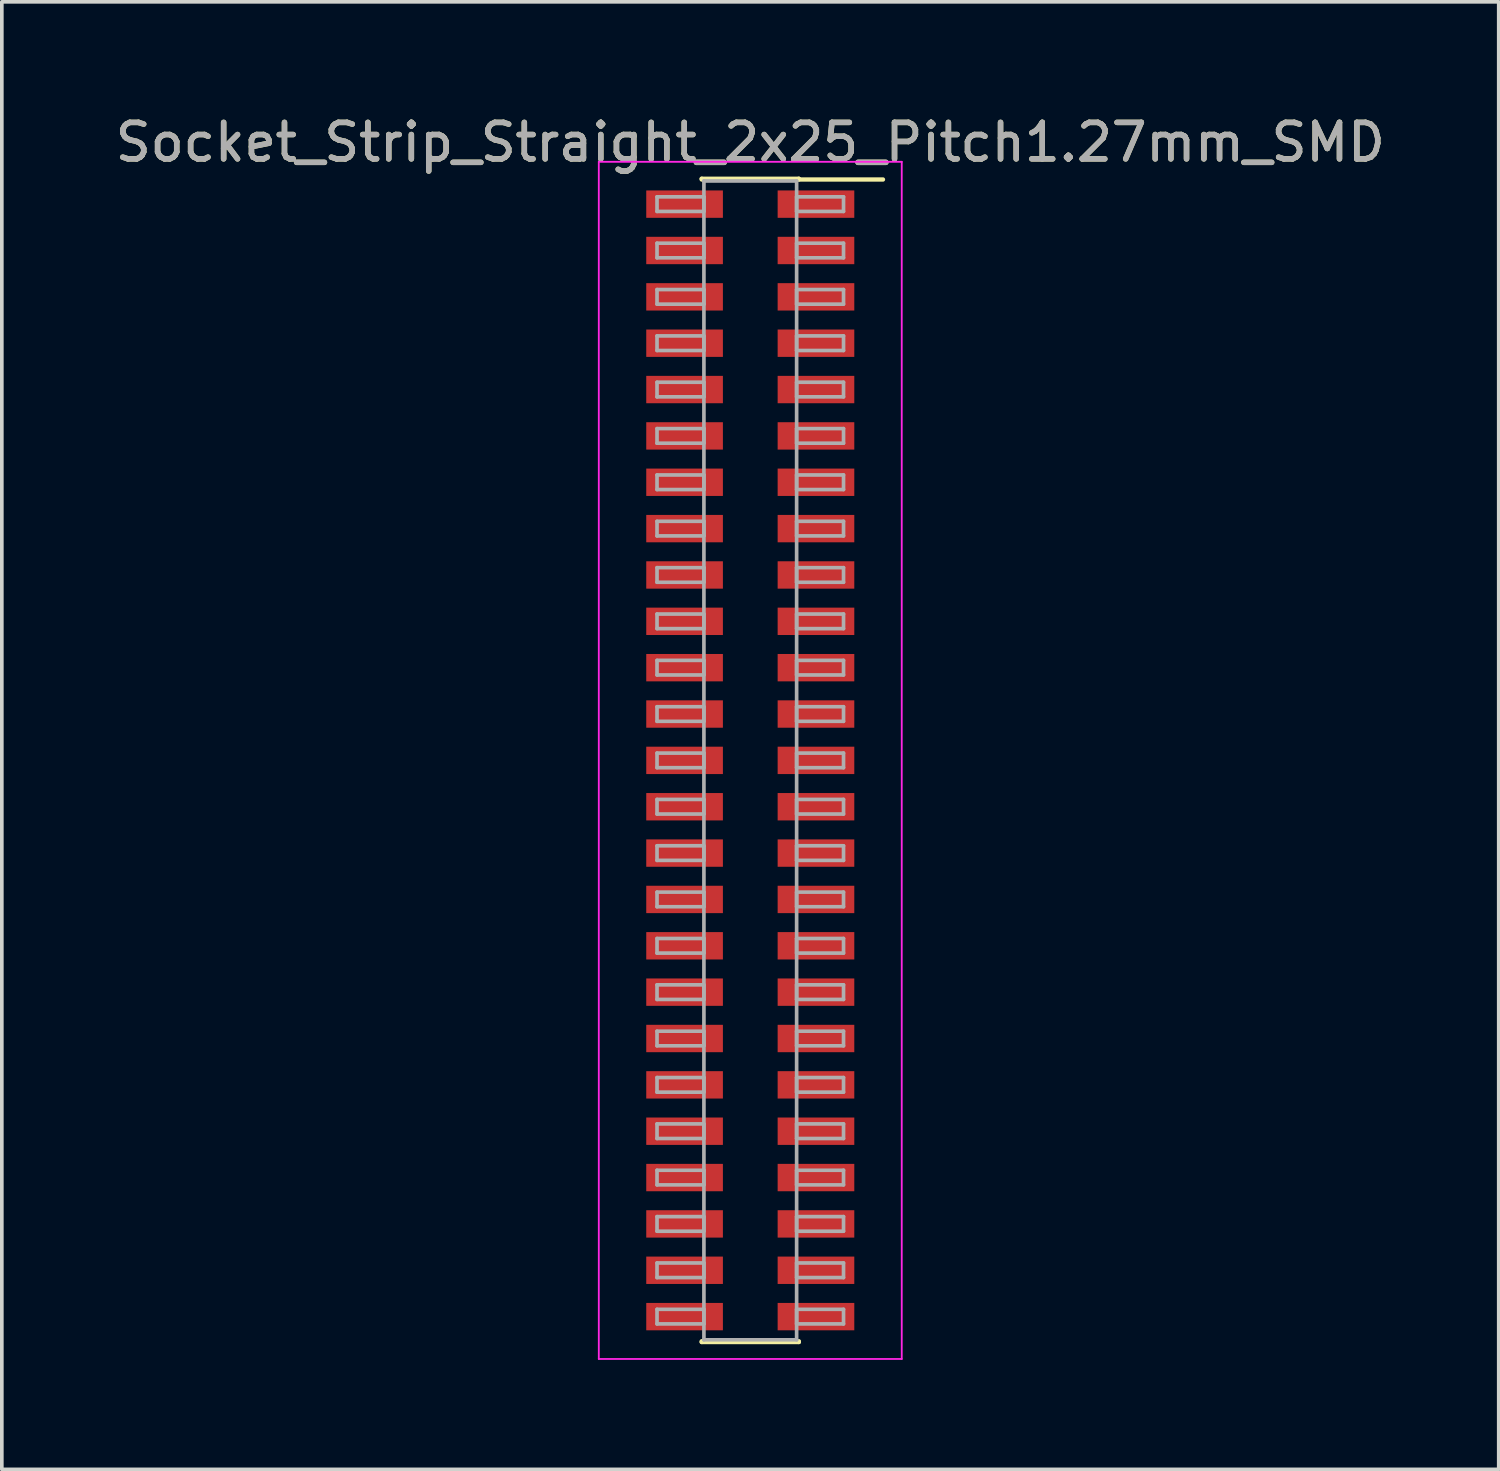
<source format=kicad_pcb>
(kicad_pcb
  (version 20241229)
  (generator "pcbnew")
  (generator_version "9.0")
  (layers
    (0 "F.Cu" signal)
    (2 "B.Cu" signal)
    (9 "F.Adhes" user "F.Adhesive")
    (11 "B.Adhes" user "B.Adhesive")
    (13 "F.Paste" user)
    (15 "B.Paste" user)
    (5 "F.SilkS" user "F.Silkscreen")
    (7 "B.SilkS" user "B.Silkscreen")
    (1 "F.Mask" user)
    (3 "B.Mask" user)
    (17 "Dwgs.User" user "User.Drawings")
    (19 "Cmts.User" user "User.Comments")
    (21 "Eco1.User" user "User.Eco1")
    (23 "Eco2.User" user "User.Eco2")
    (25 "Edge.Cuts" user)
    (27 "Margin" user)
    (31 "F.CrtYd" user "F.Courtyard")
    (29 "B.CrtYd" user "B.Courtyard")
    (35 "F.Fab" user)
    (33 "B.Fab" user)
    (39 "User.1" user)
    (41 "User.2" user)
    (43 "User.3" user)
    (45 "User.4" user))
  (footprint "Socket_Strip_Straight_2x25_Pitch1.27mm_SMD"
    (layer "F.Cu")
    (at 17.506 17.783)
    (property "Reference" "Socket_Strip_Straight_2x25_Pitch1.27mm_SMD" (at 0 -16.935 0) (layer "F.SilkS") (effects (font (size 1 1) (thickness 0.15))))
    (attr smd)
    (fp_line (start -1.33 -15.935) (end 1.33 -15.935) (stroke (width 0.12) (type solid)) (layer "F.SilkS"))
    (fp_line (start -1.33 -15.915) (end -1.33 -15.935) (stroke (width 0.12) (type solid)) (layer "F.SilkS"))
    (fp_line (start -1.33 15.915) (end -1.33 15.935) (stroke (width 0.12) (type solid)) (layer "F.SilkS"))
    (fp_line (start -1.33 15.935) (end 1.33 15.935) (stroke (width 0.12) (type solid)) (layer "F.SilkS"))
    (fp_line (start 1.33 -15.935) (end 1.33 -15.915) (stroke (width 0.12) (type solid)) (layer "F.SilkS"))
    (fp_line (start 1.33 15.935) (end 1.33 15.915) (stroke (width 0.12) (type solid)) (layer "F.SilkS"))
    (fp_line (start 3.635 -15.915) (end 1.33 -15.915) (stroke (width 0.12) (type solid)) (layer "F.SilkS"))
    (fp_line (start -4.15 -16.4) (end -4.15 16.4) (stroke (width 0.05) (type solid)) (layer "F.CrtYd"))
    (fp_line (start -4.15 16.4) (end 4.15 16.4) (stroke (width 0.05) (type solid)) (layer "F.CrtYd"))
    (fp_line (start 4.15 -16.4) (end -4.15 -16.4) (stroke (width 0.05) (type solid)) (layer "F.CrtYd"))
    (fp_line (start 4.15 16.4) (end 4.15 -16.4) (stroke (width 0.05) (type solid)) (layer "F.CrtYd"))
    (fp_line (start -2.555 -15.44) (end -1.27 -15.44) (stroke (width 0.1) (type solid)) (layer "F.Fab"))
    (fp_line (start -2.555 -15.04) (end -2.555 -15.44) (stroke (width 0.1) (type solid)) (layer "F.Fab"))
    (fp_line (start -2.555 -14.17) (end -1.27 -14.17) (stroke (width 0.1) (type solid)) (layer "F.Fab"))
    (fp_line (start -2.555 -13.77) (end -2.555 -14.17) (stroke (width 0.1) (type solid)) (layer "F.Fab"))
    (fp_line (start -2.555 -12.9) (end -1.27 -12.9) (stroke (width 0.1) (type solid)) (layer "F.Fab"))
    (fp_line (start -2.555 -12.5) (end -2.555 -12.9) (stroke (width 0.1) (type solid)) (layer "F.Fab"))
    (fp_line (start -2.555 -11.63) (end -1.27 -11.63) (stroke (width 0.1) (type solid)) (layer "F.Fab"))
    (fp_line (start -2.555 -11.23) (end -2.555 -11.63) (stroke (width 0.1) (type solid)) (layer "F.Fab"))
    (fp_line (start -2.555 -10.36) (end -1.27 -10.36) (stroke (width 0.1) (type solid)) (layer "F.Fab"))
    (fp_line (start -2.555 -9.96) (end -2.555 -10.36) (stroke (width 0.1) (type solid)) (layer "F.Fab"))
    (fp_line (start -2.555 -9.09) (end -1.27 -9.09) (stroke (width 0.1) (type solid)) (layer "F.Fab"))
    (fp_line (start -2.555 -8.69) (end -2.555 -9.09) (stroke (width 0.1) (type solid)) (layer "F.Fab"))
    (fp_line (start -2.555 -7.82) (end -1.27 -7.82) (stroke (width 0.1) (type solid)) (layer "F.Fab"))
    (fp_line (start -2.555 -7.42) (end -2.555 -7.82) (stroke (width 0.1) (type solid)) (layer "F.Fab"))
    (fp_line (start -2.555 -6.55) (end -1.27 -6.55) (stroke (width 0.1) (type solid)) (layer "F.Fab"))
    (fp_line (start -2.555 -6.15) (end -2.555 -6.55) (stroke (width 0.1) (type solid)) (layer "F.Fab"))
    (fp_line (start -2.555 -5.28) (end -1.27 -5.28) (stroke (width 0.1) (type solid)) (layer "F.Fab"))
    (fp_line (start -2.555 -4.88) (end -2.555 -5.28) (stroke (width 0.1) (type solid)) (layer "F.Fab"))
    (fp_line (start -2.555 -4.01) (end -1.27 -4.01) (stroke (width 0.1) (type solid)) (layer "F.Fab"))
    (fp_line (start -2.555 -3.61) (end -2.555 -4.01) (stroke (width 0.1) (type solid)) (layer "F.Fab"))
    (fp_line (start -2.555 -2.74) (end -1.27 -2.74) (stroke (width 0.1) (type solid)) (layer "F.Fab"))
    (fp_line (start -2.555 -2.34) (end -2.555 -2.74) (stroke (width 0.1) (type solid)) (layer "F.Fab"))
    (fp_line (start -2.555 -1.47) (end -1.27 -1.47) (stroke (width 0.1) (type solid)) (layer "F.Fab"))
    (fp_line (start -2.555 -1.07) (end -2.555 -1.47) (stroke (width 0.1) (type solid)) (layer "F.Fab"))
    (fp_line (start -2.555 -0.2) (end -1.27 -0.2) (stroke (width 0.1) (type solid)) (layer "F.Fab"))
    (fp_line (start -2.555 0.2) (end -2.555 -0.2) (stroke (width 0.1) (type solid)) (layer "F.Fab"))
    (fp_line (start -2.555 1.07) (end -1.27 1.07) (stroke (width 0.1) (type solid)) (layer "F.Fab"))
    (fp_line (start -2.555 1.47) (end -2.555 1.07) (stroke (width 0.1) (type solid)) (layer "F.Fab"))
    (fp_line (start -2.555 2.34) (end -1.27 2.34) (stroke (width 0.1) (type solid)) (layer "F.Fab"))
    (fp_line (start -2.555 2.74) (end -2.555 2.34) (stroke (width 0.1) (type solid)) (layer "F.Fab"))
    (fp_line (start -2.555 3.61) (end -1.27 3.61) (stroke (width 0.1) (type solid)) (layer "F.Fab"))
    (fp_line (start -2.555 4.01) (end -2.555 3.61) (stroke (width 0.1) (type solid)) (layer "F.Fab"))
    (fp_line (start -2.555 4.88) (end -1.27 4.88) (stroke (width 0.1) (type solid)) (layer "F.Fab"))
    (fp_line (start -2.555 5.28) (end -2.555 4.88) (stroke (width 0.1) (type solid)) (layer "F.Fab"))
    (fp_line (start -2.555 6.15) (end -1.27 6.15) (stroke (width 0.1) (type solid)) (layer "F.Fab"))
    (fp_line (start -2.555 6.55) (end -2.555 6.15) (stroke (width 0.1) (type solid)) (layer "F.Fab"))
    (fp_line (start -2.555 7.42) (end -1.27 7.42) (stroke (width 0.1) (type solid)) (layer "F.Fab"))
    (fp_line (start -2.555 7.82) (end -2.555 7.42) (stroke (width 0.1) (type solid)) (layer "F.Fab"))
    (fp_line (start -2.555 8.69) (end -1.27 8.69) (stroke (width 0.1) (type solid)) (layer "F.Fab"))
    (fp_line (start -2.555 9.09) (end -2.555 8.69) (stroke (width 0.1) (type solid)) (layer "F.Fab"))
    (fp_line (start -2.555 9.96) (end -1.27 9.96) (stroke (width 0.1) (type solid)) (layer "F.Fab"))
    (fp_line (start -2.555 10.36) (end -2.555 9.96) (stroke (width 0.1) (type solid)) (layer "F.Fab"))
    (fp_line (start -2.555 11.23) (end -1.27 11.23) (stroke (width 0.1) (type solid)) (layer "F.Fab"))
    (fp_line (start -2.555 11.63) (end -2.555 11.23) (stroke (width 0.1) (type solid)) (layer "F.Fab"))
    (fp_line (start -2.555 12.5) (end -1.27 12.5) (stroke (width 0.1) (type solid)) (layer "F.Fab"))
    (fp_line (start -2.555 12.9) (end -2.555 12.5) (stroke (width 0.1) (type solid)) (layer "F.Fab"))
    (fp_line (start -2.555 13.77) (end -1.27 13.77) (stroke (width 0.1) (type solid)) (layer "F.Fab"))
    (fp_line (start -2.555 14.17) (end -2.555 13.77) (stroke (width 0.1) (type solid)) (layer "F.Fab"))
    (fp_line (start -2.555 15.04) (end -1.27 15.04) (stroke (width 0.1) (type solid)) (layer "F.Fab"))
    (fp_line (start -2.555 15.44) (end -2.555 15.04) (stroke (width 0.1) (type solid)) (layer "F.Fab"))
    (fp_line (start -1.27 -15.875) (end -1.27 15.875) (stroke (width 0.1) (type solid)) (layer "F.Fab"))
    (fp_line (start -1.27 -15.44) (end -1.27 -15.04) (stroke (width 0.1) (type solid)) (layer "F.Fab"))
    (fp_line (start -1.27 -15.04) (end -2.555 -15.04) (stroke (width 0.1) (type solid)) (layer "F.Fab"))
    (fp_line (start -1.27 -14.17) (end -1.27 -13.77) (stroke (width 0.1) (type solid)) (layer "F.Fab"))
    (fp_line (start -1.27 -13.77) (end -2.555 -13.77) (stroke (width 0.1) (type solid)) (layer "F.Fab"))
    (fp_line (start -1.27 -12.9) (end -1.27 -12.5) (stroke (width 0.1) (type solid)) (layer "F.Fab"))
    (fp_line (start -1.27 -12.5) (end -2.555 -12.5) (stroke (width 0.1) (type solid)) (layer "F.Fab"))
    (fp_line (start -1.27 -11.63) (end -1.27 -11.23) (stroke (width 0.1) (type solid)) (layer "F.Fab"))
    (fp_line (start -1.27 -11.23) (end -2.555 -11.23) (stroke (width 0.1) (type solid)) (layer "F.Fab"))
    (fp_line (start -1.27 -10.36) (end -1.27 -9.96) (stroke (width 0.1) (type solid)) (layer "F.Fab"))
    (fp_line (start -1.27 -9.96) (end -2.555 -9.96) (stroke (width 0.1) (type solid)) (layer "F.Fab"))
    (fp_line (start -1.27 -9.09) (end -1.27 -8.69) (stroke (width 0.1) (type solid)) (layer "F.Fab"))
    (fp_line (start -1.27 -8.69) (end -2.555 -8.69) (stroke (width 0.1) (type solid)) (layer "F.Fab"))
    (fp_line (start -1.27 -7.82) (end -1.27 -7.42) (stroke (width 0.1) (type solid)) (layer "F.Fab"))
    (fp_line (start -1.27 -7.42) (end -2.555 -7.42) (stroke (width 0.1) (type solid)) (layer "F.Fab"))
    (fp_line (start -1.27 -6.55) (end -1.27 -6.15) (stroke (width 0.1) (type solid)) (layer "F.Fab"))
    (fp_line (start -1.27 -6.15) (end -2.555 -6.15) (stroke (width 0.1) (type solid)) (layer "F.Fab"))
    (fp_line (start -1.27 -5.28) (end -1.27 -4.88) (stroke (width 0.1) (type solid)) (layer "F.Fab"))
    (fp_line (start -1.27 -4.88) (end -2.555 -4.88) (stroke (width 0.1) (type solid)) (layer "F.Fab"))
    (fp_line (start -1.27 -4.01) (end -1.27 -3.61) (stroke (width 0.1) (type solid)) (layer "F.Fab"))
    (fp_line (start -1.27 -3.61) (end -2.555 -3.61) (stroke (width 0.1) (type solid)) (layer "F.Fab"))
    (fp_line (start -1.27 -2.74) (end -1.27 -2.34) (stroke (width 0.1) (type solid)) (layer "F.Fab"))
    (fp_line (start -1.27 -2.34) (end -2.555 -2.34) (stroke (width 0.1) (type solid)) (layer "F.Fab"))
    (fp_line (start -1.27 -1.47) (end -1.27 -1.07) (stroke (width 0.1) (type solid)) (layer "F.Fab"))
    (fp_line (start -1.27 -1.07) (end -2.555 -1.07) (stroke (width 0.1) (type solid)) (layer "F.Fab"))
    (fp_line (start -1.27 -0.2) (end -1.27 0.2) (stroke (width 0.1) (type solid)) (layer "F.Fab"))
    (fp_line (start -1.27 0.2) (end -2.555 0.2) (stroke (width 0.1) (type solid)) (layer "F.Fab"))
    (fp_line (start -1.27 1.07) (end -1.27 1.47) (stroke (width 0.1) (type solid)) (layer "F.Fab"))
    (fp_line (start -1.27 1.47) (end -2.555 1.47) (stroke (width 0.1) (type solid)) (layer "F.Fab"))
    (fp_line (start -1.27 2.34) (end -1.27 2.74) (stroke (width 0.1) (type solid)) (layer "F.Fab"))
    (fp_line (start -1.27 2.74) (end -2.555 2.74) (stroke (width 0.1) (type solid)) (layer "F.Fab"))
    (fp_line (start -1.27 3.61) (end -1.27 4.01) (stroke (width 0.1) (type solid)) (layer "F.Fab"))
    (fp_line (start -1.27 4.01) (end -2.555 4.01) (stroke (width 0.1) (type solid)) (layer "F.Fab"))
    (fp_line (start -1.27 4.88) (end -1.27 5.28) (stroke (width 0.1) (type solid)) (layer "F.Fab"))
    (fp_line (start -1.27 5.28) (end -2.555 5.28) (stroke (width 0.1) (type solid)) (layer "F.Fab"))
    (fp_line (start -1.27 6.15) (end -1.27 6.55) (stroke (width 0.1) (type solid)) (layer "F.Fab"))
    (fp_line (start -1.27 6.55) (end -2.555 6.55) (stroke (width 0.1) (type solid)) (layer "F.Fab"))
    (fp_line (start -1.27 7.42) (end -1.27 7.82) (stroke (width 0.1) (type solid)) (layer "F.Fab"))
    (fp_line (start -1.27 7.82) (end -2.555 7.82) (stroke (width 0.1) (type solid)) (layer "F.Fab"))
    (fp_line (start -1.27 8.69) (end -1.27 9.09) (stroke (width 0.1) (type solid)) (layer "F.Fab"))
    (fp_line (start -1.27 9.09) (end -2.555 9.09) (stroke (width 0.1) (type solid)) (layer "F.Fab"))
    (fp_line (start -1.27 9.96) (end -1.27 10.36) (stroke (width 0.1) (type solid)) (layer "F.Fab"))
    (fp_line (start -1.27 10.36) (end -2.555 10.36) (stroke (width 0.1) (type solid)) (layer "F.Fab"))
    (fp_line (start -1.27 11.23) (end -1.27 11.63) (stroke (width 0.1) (type solid)) (layer "F.Fab"))
    (fp_line (start -1.27 11.63) (end -2.555 11.63) (stroke (width 0.1) (type solid)) (layer "F.Fab"))
    (fp_line (start -1.27 12.5) (end -1.27 12.9) (stroke (width 0.1) (type solid)) (layer "F.Fab"))
    (fp_line (start -1.27 12.9) (end -2.555 12.9) (stroke (width 0.1) (type solid)) (layer "F.Fab"))
    (fp_line (start -1.27 13.77) (end -1.27 14.17) (stroke (width 0.1) (type solid)) (layer "F.Fab"))
    (fp_line (start -1.27 14.17) (end -2.555 14.17) (stroke (width 0.1) (type solid)) (layer "F.Fab"))
    (fp_line (start -1.27 15.04) (end -1.27 15.44) (stroke (width 0.1) (type solid)) (layer "F.Fab"))
    (fp_line (start -1.27 15.44) (end -2.555 15.44) (stroke (width 0.1) (type solid)) (layer "F.Fab"))
    (fp_line (start -1.27 15.875) (end 1.27 15.875) (stroke (width 0.1) (type solid)) (layer "F.Fab"))
    (fp_line (start 1.27 -15.875) (end -1.27 -15.875) (stroke (width 0.1) (type solid)) (layer "F.Fab"))
    (fp_line (start 1.27 -15.44) (end 1.27 -15.04) (stroke (width 0.1) (type solid)) (layer "F.Fab"))
    (fp_line (start 1.27 -15.04) (end 2.555 -15.04) (stroke (width 0.1) (type solid)) (layer "F.Fab"))
    (fp_line (start 1.27 -14.17) (end 1.27 -13.77) (stroke (width 0.1) (type solid)) (layer "F.Fab"))
    (fp_line (start 1.27 -13.77) (end 2.555 -13.77) (stroke (width 0.1) (type solid)) (layer "F.Fab"))
    (fp_line (start 1.27 -12.9) (end 1.27 -12.5) (stroke (width 0.1) (type solid)) (layer "F.Fab"))
    (fp_line (start 1.27 -12.5) (end 2.555 -12.5) (stroke (width 0.1) (type solid)) (layer "F.Fab"))
    (fp_line (start 1.27 -11.63) (end 1.27 -11.23) (stroke (width 0.1) (type solid)) (layer "F.Fab"))
    (fp_line (start 1.27 -11.23) (end 2.555 -11.23) (stroke (width 0.1) (type solid)) (layer "F.Fab"))
    (fp_line (start 1.27 -10.36) (end 1.27 -9.96) (stroke (width 0.1) (type solid)) (layer "F.Fab"))
    (fp_line (start 1.27 -9.96) (end 2.555 -9.96) (stroke (width 0.1) (type solid)) (layer "F.Fab"))
    (fp_line (start 1.27 -9.09) (end 1.27 -8.69) (stroke (width 0.1) (type solid)) (layer "F.Fab"))
    (fp_line (start 1.27 -8.69) (end 2.555 -8.69) (stroke (width 0.1) (type solid)) (layer "F.Fab"))
    (fp_line (start 1.27 -7.82) (end 1.27 -7.42) (stroke (width 0.1) (type solid)) (layer "F.Fab"))
    (fp_line (start 1.27 -7.42) (end 2.555 -7.42) (stroke (width 0.1) (type solid)) (layer "F.Fab"))
    (fp_line (start 1.27 -6.55) (end 1.27 -6.15) (stroke (width 0.1) (type solid)) (layer "F.Fab"))
    (fp_line (start 1.27 -6.15) (end 2.555 -6.15) (stroke (width 0.1) (type solid)) (layer "F.Fab"))
    (fp_line (start 1.27 -5.28) (end 1.27 -4.88) (stroke (width 0.1) (type solid)) (layer "F.Fab"))
    (fp_line (start 1.27 -4.88) (end 2.555 -4.88) (stroke (width 0.1) (type solid)) (layer "F.Fab"))
    (fp_line (start 1.27 -4.01) (end 1.27 -3.61) (stroke (width 0.1) (type solid)) (layer "F.Fab"))
    (fp_line (start 1.27 -3.61) (end 2.555 -3.61) (stroke (width 0.1) (type solid)) (layer "F.Fab"))
    (fp_line (start 1.27 -2.74) (end 1.27 -2.34) (stroke (width 0.1) (type solid)) (layer "F.Fab"))
    (fp_line (start 1.27 -2.34) (end 2.555 -2.34) (stroke (width 0.1) (type solid)) (layer "F.Fab"))
    (fp_line (start 1.27 -1.47) (end 1.27 -1.07) (stroke (width 0.1) (type solid)) (layer "F.Fab"))
    (fp_line (start 1.27 -1.07) (end 2.555 -1.07) (stroke (width 0.1) (type solid)) (layer "F.Fab"))
    (fp_line (start 1.27 -0.2) (end 1.27 0.2) (stroke (width 0.1) (type solid)) (layer "F.Fab"))
    (fp_line (start 1.27 0.2) (end 2.555 0.2) (stroke (width 0.1) (type solid)) (layer "F.Fab"))
    (fp_line (start 1.27 1.07) (end 1.27 1.47) (stroke (width 0.1) (type solid)) (layer "F.Fab"))
    (fp_line (start 1.27 1.47) (end 2.555 1.47) (stroke (width 0.1) (type solid)) (layer "F.Fab"))
    (fp_line (start 1.27 2.34) (end 1.27 2.74) (stroke (width 0.1) (type solid)) (layer "F.Fab"))
    (fp_line (start 1.27 2.74) (end 2.555 2.74) (stroke (width 0.1) (type solid)) (layer "F.Fab"))
    (fp_line (start 1.27 3.61) (end 1.27 4.01) (stroke (width 0.1) (type solid)) (layer "F.Fab"))
    (fp_line (start 1.27 4.01) (end 2.555 4.01) (stroke (width 0.1) (type solid)) (layer "F.Fab"))
    (fp_line (start 1.27 4.88) (end 1.27 5.28) (stroke (width 0.1) (type solid)) (layer "F.Fab"))
    (fp_line (start 1.27 5.28) (end 2.555 5.28) (stroke (width 0.1) (type solid)) (layer "F.Fab"))
    (fp_line (start 1.27 6.15) (end 1.27 6.55) (stroke (width 0.1) (type solid)) (layer "F.Fab"))
    (fp_line (start 1.27 6.55) (end 2.555 6.55) (stroke (width 0.1) (type solid)) (layer "F.Fab"))
    (fp_line (start 1.27 7.42) (end 1.27 7.82) (stroke (width 0.1) (type solid)) (layer "F.Fab"))
    (fp_line (start 1.27 7.82) (end 2.555 7.82) (stroke (width 0.1) (type solid)) (layer "F.Fab"))
    (fp_line (start 1.27 8.69) (end 1.27 9.09) (stroke (width 0.1) (type solid)) (layer "F.Fab"))
    (fp_line (start 1.27 9.09) (end 2.555 9.09) (stroke (width 0.1) (type solid)) (layer "F.Fab"))
    (fp_line (start 1.27 9.96) (end 1.27 10.36) (stroke (width 0.1) (type solid)) (layer "F.Fab"))
    (fp_line (start 1.27 10.36) (end 2.555 10.36) (stroke (width 0.1) (type solid)) (layer "F.Fab"))
    (fp_line (start 1.27 11.23) (end 1.27 11.63) (stroke (width 0.1) (type solid)) (layer "F.Fab"))
    (fp_line (start 1.27 11.63) (end 2.555 11.63) (stroke (width 0.1) (type solid)) (layer "F.Fab"))
    (fp_line (start 1.27 12.5) (end 1.27 12.9) (stroke (width 0.1) (type solid)) (layer "F.Fab"))
    (fp_line (start 1.27 12.9) (end 2.555 12.9) (stroke (width 0.1) (type solid)) (layer "F.Fab"))
    (fp_line (start 1.27 13.77) (end 1.27 14.17) (stroke (width 0.1) (type solid)) (layer "F.Fab"))
    (fp_line (start 1.27 14.17) (end 2.555 14.17) (stroke (width 0.1) (type solid)) (layer "F.Fab"))
    (fp_line (start 1.27 15.04) (end 1.27 15.44) (stroke (width 0.1) (type solid)) (layer "F.Fab"))
    (fp_line (start 1.27 15.44) (end 2.555 15.44) (stroke (width 0.1) (type solid)) (layer "F.Fab"))
    (fp_line (start 1.27 15.875) (end 1.27 -15.875) (stroke (width 0.1) (type solid)) (layer "F.Fab"))
    (fp_line (start 2.555 -15.44) (end 1.27 -15.44) (stroke (width 0.1) (type solid)) (layer "F.Fab"))
    (fp_line (start 2.555 -15.04) (end 2.555 -15.44) (stroke (width 0.1) (type solid)) (layer "F.Fab"))
    (fp_line (start 2.555 -14.17) (end 1.27 -14.17) (stroke (width 0.1) (type solid)) (layer "F.Fab"))
    (fp_line (start 2.555 -13.77) (end 2.555 -14.17) (stroke (width 0.1) (type solid)) (layer "F.Fab"))
    (fp_line (start 2.555 -12.9) (end 1.27 -12.9) (stroke (width 0.1) (type solid)) (layer "F.Fab"))
    (fp_line (start 2.555 -12.5) (end 2.555 -12.9) (stroke (width 0.1) (type solid)) (layer "F.Fab"))
    (fp_line (start 2.555 -11.63) (end 1.27 -11.63) (stroke (width 0.1) (type solid)) (layer "F.Fab"))
    (fp_line (start 2.555 -11.23) (end 2.555 -11.63) (stroke (width 0.1) (type solid)) (layer "F.Fab"))
    (fp_line (start 2.555 -10.36) (end 1.27 -10.36) (stroke (width 0.1) (type solid)) (layer "F.Fab"))
    (fp_line (start 2.555 -9.96) (end 2.555 -10.36) (stroke (width 0.1) (type solid)) (layer "F.Fab"))
    (fp_line (start 2.555 -9.09) (end 1.27 -9.09) (stroke (width 0.1) (type solid)) (layer "F.Fab"))
    (fp_line (start 2.555 -8.69) (end 2.555 -9.09) (stroke (width 0.1) (type solid)) (layer "F.Fab"))
    (fp_line (start 2.555 -7.82) (end 1.27 -7.82) (stroke (width 0.1) (type solid)) (layer "F.Fab"))
    (fp_line (start 2.555 -7.42) (end 2.555 -7.82) (stroke (width 0.1) (type solid)) (layer "F.Fab"))
    (fp_line (start 2.555 -6.55) (end 1.27 -6.55) (stroke (width 0.1) (type solid)) (layer "F.Fab"))
    (fp_line (start 2.555 -6.15) (end 2.555 -6.55) (stroke (width 0.1) (type solid)) (layer "F.Fab"))
    (fp_line (start 2.555 -5.28) (end 1.27 -5.28) (stroke (width 0.1) (type solid)) (layer "F.Fab"))
    (fp_line (start 2.555 -4.88) (end 2.555 -5.28) (stroke (width 0.1) (type solid)) (layer "F.Fab"))
    (fp_line (start 2.555 -4.01) (end 1.27 -4.01) (stroke (width 0.1) (type solid)) (layer "F.Fab"))
    (fp_line (start 2.555 -3.61) (end 2.555 -4.01) (stroke (width 0.1) (type solid)) (layer "F.Fab"))
    (fp_line (start 2.555 -2.74) (end 1.27 -2.74) (stroke (width 0.1) (type solid)) (layer "F.Fab"))
    (fp_line (start 2.555 -2.34) (end 2.555 -2.74) (stroke (width 0.1) (type solid)) (layer "F.Fab"))
    (fp_line (start 2.555 -1.47) (end 1.27 -1.47) (stroke (width 0.1) (type solid)) (layer "F.Fab"))
    (fp_line (start 2.555 -1.07) (end 2.555 -1.47) (stroke (width 0.1) (type solid)) (layer "F.Fab"))
    (fp_line (start 2.555 -0.2) (end 1.27 -0.2) (stroke (width 0.1) (type solid)) (layer "F.Fab"))
    (fp_line (start 2.555 0.2) (end 2.555 -0.2) (stroke (width 0.1) (type solid)) (layer "F.Fab"))
    (fp_line (start 2.555 1.07) (end 1.27 1.07) (stroke (width 0.1) (type solid)) (layer "F.Fab"))
    (fp_line (start 2.555 1.47) (end 2.555 1.07) (stroke (width 0.1) (type solid)) (layer "F.Fab"))
    (fp_line (start 2.555 2.34) (end 1.27 2.34) (stroke (width 0.1) (type solid)) (layer "F.Fab"))
    (fp_line (start 2.555 2.74) (end 2.555 2.34) (stroke (width 0.1) (type solid)) (layer "F.Fab"))
    (fp_line (start 2.555 3.61) (end 1.27 3.61) (stroke (width 0.1) (type solid)) (layer "F.Fab"))
    (fp_line (start 2.555 4.01) (end 2.555 3.61) (stroke (width 0.1) (type solid)) (layer "F.Fab"))
    (fp_line (start 2.555 4.88) (end 1.27 4.88) (stroke (width 0.1) (type solid)) (layer "F.Fab"))
    (fp_line (start 2.555 5.28) (end 2.555 4.88) (stroke (width 0.1) (type solid)) (layer "F.Fab"))
    (fp_line (start 2.555 6.15) (end 1.27 6.15) (stroke (width 0.1) (type solid)) (layer "F.Fab"))
    (fp_line (start 2.555 6.55) (end 2.555 6.15) (stroke (width 0.1) (type solid)) (layer "F.Fab"))
    (fp_line (start 2.555 7.42) (end 1.27 7.42) (stroke (width 0.1) (type solid)) (layer "F.Fab"))
    (fp_line (start 2.555 7.82) (end 2.555 7.42) (stroke (width 0.1) (type solid)) (layer "F.Fab"))
    (fp_line (start 2.555 8.69) (end 1.27 8.69) (stroke (width 0.1) (type solid)) (layer "F.Fab"))
    (fp_line (start 2.555 9.09) (end 2.555 8.69) (stroke (width 0.1) (type solid)) (layer "F.Fab"))
    (fp_line (start 2.555 9.96) (end 1.27 9.96) (stroke (width 0.1) (type solid)) (layer "F.Fab"))
    (fp_line (start 2.555 10.36) (end 2.555 9.96) (stroke (width 0.1) (type solid)) (layer "F.Fab"))
    (fp_line (start 2.555 11.23) (end 1.27 11.23) (stroke (width 0.1) (type solid)) (layer "F.Fab"))
    (fp_line (start 2.555 11.63) (end 2.555 11.23) (stroke (width 0.1) (type solid)) (layer "F.Fab"))
    (fp_line (start 2.555 12.5) (end 1.27 12.5) (stroke (width 0.1) (type solid)) (layer "F.Fab"))
    (fp_line (start 2.555 12.9) (end 2.555 12.5) (stroke (width 0.1) (type solid)) (layer "F.Fab"))
    (fp_line (start 2.555 13.77) (end 1.27 13.77) (stroke (width 0.1) (type solid)) (layer "F.Fab"))
    (fp_line (start 2.555 14.17) (end 2.555 13.77) (stroke (width 0.1) (type solid)) (layer "F.Fab"))
    (fp_line (start 2.555 15.04) (end 1.27 15.04) (stroke (width 0.1) (type solid)) (layer "F.Fab"))
    (fp_line (start 2.555 15.44) (end 2.555 15.04) (stroke (width 0.1) (type solid)) (layer "F.Fab"))
    (fp_text user "${REFERENCE}" (at 0 -16.935 0) (layer "F.Fab") (effects (font (size 1 1) (thickness 0.15))))
    (pad "1" smd rect (at 1.8 -15.24) (size 2.1 0.75) (layers "F.Cu" "F.Mask" "F.Paste"))
    (pad "2" smd rect (at -1.8 -15.24) (size 2.1 0.75) (layers "F.Cu" "F.Mask" "F.Paste"))
    (pad "3" smd rect (at 1.8 -13.97) (size 2.1 0.75) (layers "F.Cu" "F.Mask" "F.Paste"))
    (pad "4" smd rect (at -1.8 -13.97) (size 2.1 0.75) (layers "F.Cu" "F.Mask" "F.Paste"))
    (pad "5" smd rect (at 1.8 -12.7) (size 2.1 0.75) (layers "F.Cu" "F.Mask" "F.Paste"))
    (pad "6" smd rect (at -1.8 -12.7) (size 2.1 0.75) (layers "F.Cu" "F.Mask" "F.Paste"))
    (pad "7" smd rect (at 1.8 -11.43) (size 2.1 0.75) (layers "F.Cu" "F.Mask" "F.Paste"))
    (pad "8" smd rect (at -1.8 -11.43) (size 2.1 0.75) (layers "F.Cu" "F.Mask" "F.Paste"))
    (pad "9" smd rect (at 1.8 -10.16) (size 2.1 0.75) (layers "F.Cu" "F.Mask" "F.Paste"))
    (pad "10" smd rect (at -1.8 -10.16) (size 2.1 0.75) (layers "F.Cu" "F.Mask" "F.Paste"))
    (pad "11" smd rect (at 1.8 -8.89) (size 2.1 0.75) (layers "F.Cu" "F.Mask" "F.Paste"))
    (pad "12" smd rect (at -1.8 -8.89) (size 2.1 0.75) (layers "F.Cu" "F.Mask" "F.Paste"))
    (pad "13" smd rect (at 1.8 -7.62) (size 2.1 0.75) (layers "F.Cu" "F.Mask" "F.Paste"))
    (pad "14" smd rect (at -1.8 -7.62) (size 2.1 0.75) (layers "F.Cu" "F.Mask" "F.Paste"))
    (pad "15" smd rect (at 1.8 -6.35) (size 2.1 0.75) (layers "F.Cu" "F.Mask" "F.Paste"))
    (pad "16" smd rect (at -1.8 -6.35) (size 2.1 0.75) (layers "F.Cu" "F.Mask" "F.Paste"))
    (pad "17" smd rect (at 1.8 -5.08) (size 2.1 0.75) (layers "F.Cu" "F.Mask" "F.Paste"))
    (pad "18" smd rect (at -1.8 -5.08) (size 2.1 0.75) (layers "F.Cu" "F.Mask" "F.Paste"))
    (pad "19" smd rect (at 1.8 -3.81) (size 2.1 0.75) (layers "F.Cu" "F.Mask" "F.Paste"))
    (pad "20" smd rect (at -1.8 -3.81) (size 2.1 0.75) (layers "F.Cu" "F.Mask" "F.Paste"))
    (pad "21" smd rect (at 1.8 -2.54) (size 2.1 0.75) (layers "F.Cu" "F.Mask" "F.Paste"))
    (pad "22" smd rect (at -1.8 -2.54) (size 2.1 0.75) (layers "F.Cu" "F.Mask" "F.Paste"))
    (pad "23" smd rect (at 1.8 -1.27) (size 2.1 0.75) (layers "F.Cu" "F.Mask" "F.Paste"))
    (pad "24" smd rect (at -1.8 -1.27) (size 2.1 0.75) (layers "F.Cu" "F.Mask" "F.Paste"))
    (pad "25" smd rect (at 1.8 0) (size 2.1 0.75) (layers "F.Cu" "F.Mask" "F.Paste"))
    (pad "26" smd rect (at -1.8 0) (size 2.1 0.75) (layers "F.Cu" "F.Mask" "F.Paste"))
    (pad "27" smd rect (at 1.8 1.27) (size 2.1 0.75) (layers "F.Cu" "F.Mask" "F.Paste"))
    (pad "28" smd rect (at -1.8 1.27) (size 2.1 0.75) (layers "F.Cu" "F.Mask" "F.Paste"))
    (pad "29" smd rect (at 1.8 2.54) (size 2.1 0.75) (layers "F.Cu" "F.Mask" "F.Paste"))
    (pad "30" smd rect (at -1.8 2.54) (size 2.1 0.75) (layers "F.Cu" "F.Mask" "F.Paste"))
    (pad "31" smd rect (at 1.8 3.81) (size 2.1 0.75) (layers "F.Cu" "F.Mask" "F.Paste"))
    (pad "32" smd rect (at -1.8 3.81) (size 2.1 0.75) (layers "F.Cu" "F.Mask" "F.Paste"))
    (pad "33" smd rect (at 1.8 5.08) (size 2.1 0.75) (layers "F.Cu" "F.Mask" "F.Paste"))
    (pad "34" smd rect (at -1.8 5.08) (size 2.1 0.75) (layers "F.Cu" "F.Mask" "F.Paste"))
    (pad "35" smd rect (at 1.8 6.35) (size 2.1 0.75) (layers "F.Cu" "F.Mask" "F.Paste"))
    (pad "36" smd rect (at -1.8 6.35) (size 2.1 0.75) (layers "F.Cu" "F.Mask" "F.Paste"))
    (pad "37" smd rect (at 1.8 7.62) (size 2.1 0.75) (layers "F.Cu" "F.Mask" "F.Paste"))
    (pad "38" smd rect (at -1.8 7.62) (size 2.1 0.75) (layers "F.Cu" "F.Mask" "F.Paste"))
    (pad "39" smd rect (at 1.8 8.89) (size 2.1 0.75) (layers "F.Cu" "F.Mask" "F.Paste"))
    (pad "40" smd rect (at -1.8 8.89) (size 2.1 0.75) (layers "F.Cu" "F.Mask" "F.Paste"))
    (pad "41" smd rect (at 1.8 10.16) (size 2.1 0.75) (layers "F.Cu" "F.Mask" "F.Paste"))
    (pad "42" smd rect (at -1.8 10.16) (size 2.1 0.75) (layers "F.Cu" "F.Mask" "F.Paste"))
    (pad "43" smd rect (at 1.8 11.43) (size 2.1 0.75) (layers "F.Cu" "F.Mask" "F.Paste"))
    (pad "44" smd rect (at -1.8 11.43) (size 2.1 0.75) (layers "F.Cu" "F.Mask" "F.Paste"))
    (pad "45" smd rect (at 1.8 12.7) (size 2.1 0.75) (layers "F.Cu" "F.Mask" "F.Paste"))
    (pad "46" smd rect (at -1.8 12.7) (size 2.1 0.75) (layers "F.Cu" "F.Mask" "F.Paste"))
    (pad "47" smd rect (at 1.8 13.97) (size 2.1 0.75) (layers "F.Cu" "F.Mask" "F.Paste"))
    (pad "48" smd rect (at -1.8 13.97) (size 2.1 0.75) (layers "F.Cu" "F.Mask" "F.Paste"))
    (pad "49" smd rect (at 1.8 15.24) (size 2.1 0.75) (layers "F.Cu" "F.Mask" "F.Paste"))
    (pad "50" smd rect (at -1.8 15.24) (size 2.1 0.75) (layers "F.Cu" "F.Mask" "F.Paste")))
  (gr_rect
    (start -3 -3)
    (end 38.012 37.208)
    (stroke (width 0.1) (type default))
    (fill no)
    (layer "Edge.Cuts")))
</source>
